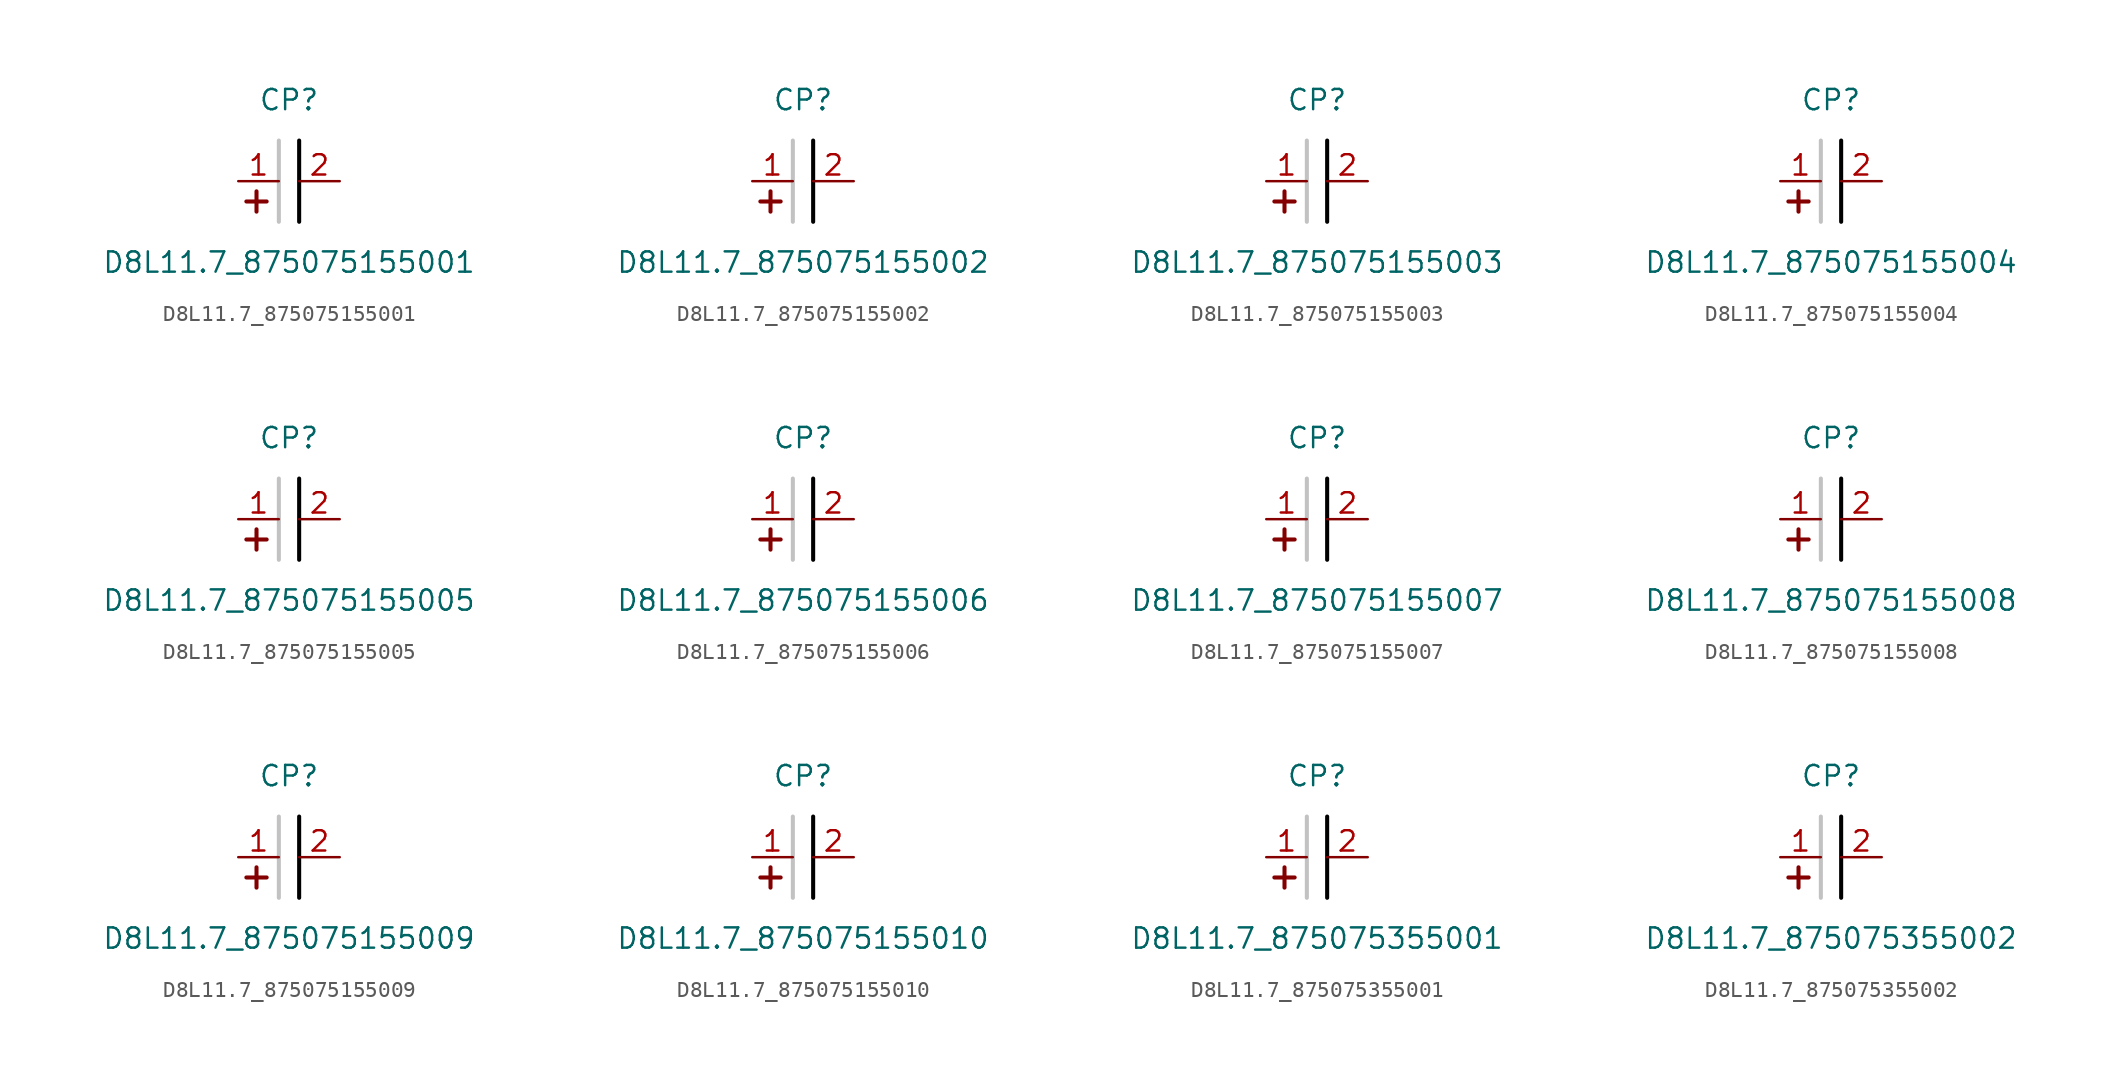
<source format=kicad_sym>
(kicad_symbol_lib
  (version 20220914)
  (generator kicad_symbol_editor)
  (symbol "D8L11.7_875075155001"
    (pin_names hide)
    (property "Reference" "CP"
      (at 0 5.08 0)
      (effects (font (size 1.27 1.27))))
    (property "Value" "D8L11.7_875075155001"
      (at 0 -5.08 0)
      (effects (font (size 1.27 1.27))))
    (symbol "D8L11.7_875075155001_1_1"
      (polyline (pts (xy -2.667 -1.27) (xy -1.397 -1.27)) (stroke (width 0.254) (type default)) (fill (type none)))
      (polyline (pts (xy -2.032 -0.635) (xy -2.032 -1.905)) (stroke (width 0.254) (type default)) (fill (type none)))
      (polyline (pts (xy -0.635 2.54) (xy -0.635 -2.54)) (stroke (width 0.254) (type default) (color 194 194 194 1)) (fill (type none)))
      (polyline (pts (xy 0.635 2.54) (xy 0.635 -2.54)) (stroke (width 0.254) (type default) (color 0 0 0 1)) (fill (type none)))
      (pin passive line (at -3.175 0 0) (length 2.54) (name "1" (effects (font (size 1.27 1.27)))) (number "1" (effects (font (size 1.27 1.27)))))
      (pin passive line (at 3.175 0 180) (length 2.54) (name "2" (effects (font (size 1.27 1.27)))) (number "2" (effects (font (size 1.27 1.27)))))))
  (symbol "D8L11.7_875075155002"
    (pin_names hide)
    (property "Reference" "CP"
      (at 0 5.08 0)
      (effects (font (size 1.27 1.27))))
    (property "Value" "D8L11.7_875075155002"
      (at 0 -5.08 0)
      (effects (font (size 1.27 1.27))))
    (symbol "D8L11.7_875075155002_1_1"
      (polyline (pts (xy -2.667 -1.27) (xy -1.397 -1.27)) (stroke (width 0.254) (type default)) (fill (type none)))
      (polyline (pts (xy -2.032 -0.635) (xy -2.032 -1.905)) (stroke (width 0.254) (type default)) (fill (type none)))
      (polyline (pts (xy -0.635 2.54) (xy -0.635 -2.54)) (stroke (width 0.254) (type default) (color 194 194 194 1)) (fill (type none)))
      (polyline (pts (xy 0.635 2.54) (xy 0.635 -2.54)) (stroke (width 0.254) (type default) (color 0 0 0 1)) (fill (type none)))
      (pin passive line (at -3.175 0 0) (length 2.54) (name "1" (effects (font (size 1.27 1.27)))) (number "1" (effects (font (size 1.27 1.27)))))
      (pin passive line (at 3.175 0 180) (length 2.54) (name "2" (effects (font (size 1.27 1.27)))) (number "2" (effects (font (size 1.27 1.27)))))))
  (symbol "D8L11.7_875075155003"
    (pin_names hide)
    (property "Reference" "CP"
      (at 0 5.08 0)
      (effects (font (size 1.27 1.27))))
    (property "Value" "D8L11.7_875075155003"
      (at 0 -5.08 0)
      (effects (font (size 1.27 1.27))))
    (symbol "D8L11.7_875075155003_1_1"
      (polyline (pts (xy -2.667 -1.27) (xy -1.397 -1.27)) (stroke (width 0.254) (type default)) (fill (type none)))
      (polyline (pts (xy -2.032 -0.635) (xy -2.032 -1.905)) (stroke (width 0.254) (type default)) (fill (type none)))
      (polyline (pts (xy -0.635 2.54) (xy -0.635 -2.54)) (stroke (width 0.254) (type default) (color 194 194 194 1)) (fill (type none)))
      (polyline (pts (xy 0.635 2.54) (xy 0.635 -2.54)) (stroke (width 0.254) (type default) (color 0 0 0 1)) (fill (type none)))
      (pin passive line (at -3.175 0 0) (length 2.54) (name "1" (effects (font (size 1.27 1.27)))) (number "1" (effects (font (size 1.27 1.27)))))
      (pin passive line (at 3.175 0 180) (length 2.54) (name "2" (effects (font (size 1.27 1.27)))) (number "2" (effects (font (size 1.27 1.27)))))))
  (symbol "D8L11.7_875075155004"
    (pin_names hide)
    (property "Reference" "CP"
      (at 0 5.08 0)
      (effects (font (size 1.27 1.27))))
    (property "Value" "D8L11.7_875075155004"
      (at 0 -5.08 0)
      (effects (font (size 1.27 1.27))))
    (symbol "D8L11.7_875075155004_1_1"
      (polyline (pts (xy -2.667 -1.27) (xy -1.397 -1.27)) (stroke (width 0.254) (type default)) (fill (type none)))
      (polyline (pts (xy -2.032 -0.635) (xy -2.032 -1.905)) (stroke (width 0.254) (type default)) (fill (type none)))
      (polyline (pts (xy -0.635 2.54) (xy -0.635 -2.54)) (stroke (width 0.254) (type default) (color 194 194 194 1)) (fill (type none)))
      (polyline (pts (xy 0.635 2.54) (xy 0.635 -2.54)) (stroke (width 0.254) (type default) (color 0 0 0 1)) (fill (type none)))
      (pin passive line (at -3.175 0 0) (length 2.54) (name "1" (effects (font (size 1.27 1.27)))) (number "1" (effects (font (size 1.27 1.27)))))
      (pin passive line (at 3.175 0 180) (length 2.54) (name "2" (effects (font (size 1.27 1.27)))) (number "2" (effects (font (size 1.27 1.27)))))))
  (symbol "D8L11.7_875075155005"
    (pin_names hide)
    (property "Reference" "CP"
      (at 0 5.08 0)
      (effects (font (size 1.27 1.27))))
    (property "Value" "D8L11.7_875075155005"
      (at 0 -5.08 0)
      (effects (font (size 1.27 1.27))))
    (symbol "D8L11.7_875075155005_1_1"
      (polyline (pts (xy -2.667 -1.27) (xy -1.397 -1.27)) (stroke (width 0.254) (type default)) (fill (type none)))
      (polyline (pts (xy -2.032 -0.635) (xy -2.032 -1.905)) (stroke (width 0.254) (type default)) (fill (type none)))
      (polyline (pts (xy -0.635 2.54) (xy -0.635 -2.54)) (stroke (width 0.254) (type default) (color 194 194 194 1)) (fill (type none)))
      (polyline (pts (xy 0.635 2.54) (xy 0.635 -2.54)) (stroke (width 0.254) (type default) (color 0 0 0 1)) (fill (type none)))
      (pin passive line (at -3.175 0 0) (length 2.54) (name "1" (effects (font (size 1.27 1.27)))) (number "1" (effects (font (size 1.27 1.27)))))
      (pin passive line (at 3.175 0 180) (length 2.54) (name "2" (effects (font (size 1.27 1.27)))) (number "2" (effects (font (size 1.27 1.27)))))))
  (symbol "D8L11.7_875075155006"
    (pin_names hide)
    (property "Reference" "CP"
      (at 0 5.08 0)
      (effects (font (size 1.27 1.27))))
    (property "Value" "D8L11.7_875075155006"
      (at 0 -5.08 0)
      (effects (font (size 1.27 1.27))))
    (symbol "D8L11.7_875075155006_1_1"
      (polyline (pts (xy -2.667 -1.27) (xy -1.397 -1.27)) (stroke (width 0.254) (type default)) (fill (type none)))
      (polyline (pts (xy -2.032 -0.635) (xy -2.032 -1.905)) (stroke (width 0.254) (type default)) (fill (type none)))
      (polyline (pts (xy -0.635 2.54) (xy -0.635 -2.54)) (stroke (width 0.254) (type default) (color 194 194 194 1)) (fill (type none)))
      (polyline (pts (xy 0.635 2.54) (xy 0.635 -2.54)) (stroke (width 0.254) (type default) (color 0 0 0 1)) (fill (type none)))
      (pin passive line (at -3.175 0 0) (length 2.54) (name "1" (effects (font (size 1.27 1.27)))) (number "1" (effects (font (size 1.27 1.27)))))
      (pin passive line (at 3.175 0 180) (length 2.54) (name "2" (effects (font (size 1.27 1.27)))) (number "2" (effects (font (size 1.27 1.27)))))))
  (symbol "D8L11.7_875075155007"
    (pin_names hide)
    (property "Reference" "CP"
      (at 0 5.08 0)
      (effects (font (size 1.27 1.27))))
    (property "Value" "D8L11.7_875075155007"
      (at 0 -5.08 0)
      (effects (font (size 1.27 1.27))))
    (symbol "D8L11.7_875075155007_1_1"
      (polyline (pts (xy -2.667 -1.27) (xy -1.397 -1.27)) (stroke (width 0.254) (type default)) (fill (type none)))
      (polyline (pts (xy -2.032 -0.635) (xy -2.032 -1.905)) (stroke (width 0.254) (type default)) (fill (type none)))
      (polyline (pts (xy -0.635 2.54) (xy -0.635 -2.54)) (stroke (width 0.254) (type default) (color 194 194 194 1)) (fill (type none)))
      (polyline (pts (xy 0.635 2.54) (xy 0.635 -2.54)) (stroke (width 0.254) (type default) (color 0 0 0 1)) (fill (type none)))
      (pin passive line (at -3.175 0 0) (length 2.54) (name "1" (effects (font (size 1.27 1.27)))) (number "1" (effects (font (size 1.27 1.27)))))
      (pin passive line (at 3.175 0 180) (length 2.54) (name "2" (effects (font (size 1.27 1.27)))) (number "2" (effects (font (size 1.27 1.27)))))))
  (symbol "D8L11.7_875075155008"
    (pin_names hide)
    (property "Reference" "CP"
      (at 0 5.08 0)
      (effects (font (size 1.27 1.27))))
    (property "Value" "D8L11.7_875075155008"
      (at 0 -5.08 0)
      (effects (font (size 1.27 1.27))))
    (symbol "D8L11.7_875075155008_1_1"
      (polyline (pts (xy -2.667 -1.27) (xy -1.397 -1.27)) (stroke (width 0.254) (type default)) (fill (type none)))
      (polyline (pts (xy -2.032 -0.635) (xy -2.032 -1.905)) (stroke (width 0.254) (type default)) (fill (type none)))
      (polyline (pts (xy -0.635 2.54) (xy -0.635 -2.54)) (stroke (width 0.254) (type default) (color 194 194 194 1)) (fill (type none)))
      (polyline (pts (xy 0.635 2.54) (xy 0.635 -2.54)) (stroke (width 0.254) (type default) (color 0 0 0 1)) (fill (type none)))
      (pin passive line (at -3.175 0 0) (length 2.54) (name "1" (effects (font (size 1.27 1.27)))) (number "1" (effects (font (size 1.27 1.27)))))
      (pin passive line (at 3.175 0 180) (length 2.54) (name "2" (effects (font (size 1.27 1.27)))) (number "2" (effects (font (size 1.27 1.27)))))))
  (symbol "D8L11.7_875075155009"
    (pin_names hide)
    (property "Reference" "CP"
      (at 0 5.08 0)
      (effects (font (size 1.27 1.27))))
    (property "Value" "D8L11.7_875075155009"
      (at 0 -5.08 0)
      (effects (font (size 1.27 1.27))))
    (symbol "D8L11.7_875075155009_1_1"
      (polyline (pts (xy -2.667 -1.27) (xy -1.397 -1.27)) (stroke (width 0.254) (type default)) (fill (type none)))
      (polyline (pts (xy -2.032 -0.635) (xy -2.032 -1.905)) (stroke (width 0.254) (type default)) (fill (type none)))
      (polyline (pts (xy -0.635 2.54) (xy -0.635 -2.54)) (stroke (width 0.254) (type default) (color 194 194 194 1)) (fill (type none)))
      (polyline (pts (xy 0.635 2.54) (xy 0.635 -2.54)) (stroke (width 0.254) (type default) (color 0 0 0 1)) (fill (type none)))
      (pin passive line (at -3.175 0 0) (length 2.54) (name "1" (effects (font (size 1.27 1.27)))) (number "1" (effects (font (size 1.27 1.27)))))
      (pin passive line (at 3.175 0 180) (length 2.54) (name "2" (effects (font (size 1.27 1.27)))) (number "2" (effects (font (size 1.27 1.27)))))))
  (symbol "D8L11.7_875075155010"
    (pin_names hide)
    (property "Reference" "CP"
      (at 0 5.08 0)
      (effects (font (size 1.27 1.27))))
    (property "Value" "D8L11.7_875075155010"
      (at 0 -5.08 0)
      (effects (font (size 1.27 1.27))))
    (symbol "D8L11.7_875075155010_1_1"
      (polyline (pts (xy -2.667 -1.27) (xy -1.397 -1.27)) (stroke (width 0.254) (type default)) (fill (type none)))
      (polyline (pts (xy -2.032 -0.635) (xy -2.032 -1.905)) (stroke (width 0.254) (type default)) (fill (type none)))
      (polyline (pts (xy -0.635 2.54) (xy -0.635 -2.54)) (stroke (width 0.254) (type default) (color 194 194 194 1)) (fill (type none)))
      (polyline (pts (xy 0.635 2.54) (xy 0.635 -2.54)) (stroke (width 0.254) (type default) (color 0 0 0 1)) (fill (type none)))
      (pin passive line (at -3.175 0 0) (length 2.54) (name "1" (effects (font (size 1.27 1.27)))) (number "1" (effects (font (size 1.27 1.27)))))
      (pin passive line (at 3.175 0 180) (length 2.54) (name "2" (effects (font (size 1.27 1.27)))) (number "2" (effects (font (size 1.27 1.27)))))))
  (symbol "D8L11.7_875075355001"
    (pin_names hide)
    (property "Reference" "CP"
      (at 0 5.08 0)
      (effects (font (size 1.27 1.27))))
    (property "Value" "D8L11.7_875075355001"
      (at 0 -5.08 0)
      (effects (font (size 1.27 1.27))))
    (symbol "D8L11.7_875075355001_1_1"
      (polyline (pts (xy -2.667 -1.27) (xy -1.397 -1.27)) (stroke (width 0.254) (type default)) (fill (type none)))
      (polyline (pts (xy -2.032 -0.635) (xy -2.032 -1.905)) (stroke (width 0.254) (type default)) (fill (type none)))
      (polyline (pts (xy -0.635 2.54) (xy -0.635 -2.54)) (stroke (width 0.254) (type default) (color 194 194 194 1)) (fill (type none)))
      (polyline (pts (xy 0.635 2.54) (xy 0.635 -2.54)) (stroke (width 0.254) (type default) (color 0 0 0 1)) (fill (type none)))
      (pin passive line (at -3.175 0 0) (length 2.54) (name "1" (effects (font (size 1.27 1.27)))) (number "1" (effects (font (size 1.27 1.27)))))
      (pin passive line (at 3.175 0 180) (length 2.54) (name "2" (effects (font (size 1.27 1.27)))) (number "2" (effects (font (size 1.27 1.27)))))))
  (symbol "D8L11.7_875075355002"
    (pin_names hide)
    (property "Reference" "CP"
      (at 0 5.08 0)
      (effects (font (size 1.27 1.27))))
    (property "Value" "D8L11.7_875075355002"
      (at 0 -5.08 0)
      (effects (font (size 1.27 1.27))))
    (symbol "D8L11.7_875075355002_1_1"
      (polyline (pts (xy -2.667 -1.27) (xy -1.397 -1.27)) (stroke (width 0.254) (type default)) (fill (type none)))
      (polyline (pts (xy -2.032 -0.635) (xy -2.032 -1.905)) (stroke (width 0.254) (type default)) (fill (type none)))
      (polyline (pts (xy -0.635 2.54) (xy -0.635 -2.54)) (stroke (width 0.254) (type default) (color 194 194 194 1)) (fill (type none)))
      (polyline (pts (xy 0.635 2.54) (xy 0.635 -2.54)) (stroke (width 0.254) (type default) (color 0 0 0 1)) (fill (type none)))
      (pin passive line (at -3.175 0 0) (length 2.54) (name "1" (effects (font (size 1.27 1.27)))) (number "1" (effects (font (size 1.27 1.27)))))
      (pin passive line (at 3.175 0 180) (length 2.54) (name "2" (effects (font (size 1.27 1.27)))) (number "2" (effects (font (size 1.27 1.27))))))))
</source>
